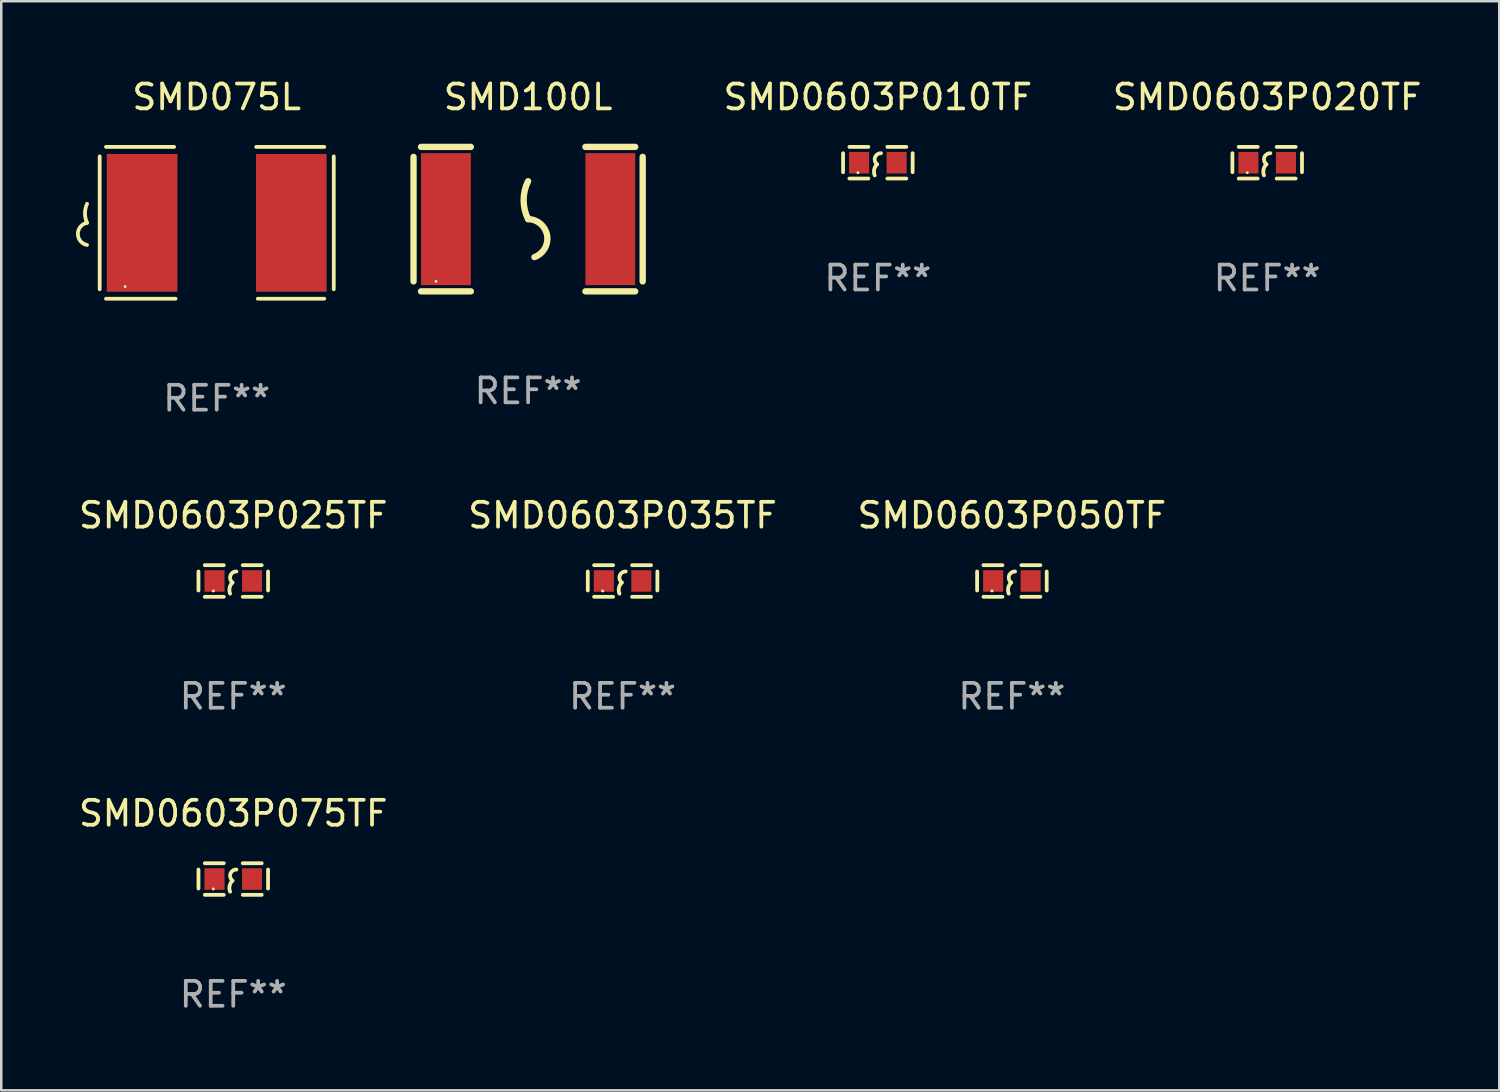
<source format=kicad_pcb>
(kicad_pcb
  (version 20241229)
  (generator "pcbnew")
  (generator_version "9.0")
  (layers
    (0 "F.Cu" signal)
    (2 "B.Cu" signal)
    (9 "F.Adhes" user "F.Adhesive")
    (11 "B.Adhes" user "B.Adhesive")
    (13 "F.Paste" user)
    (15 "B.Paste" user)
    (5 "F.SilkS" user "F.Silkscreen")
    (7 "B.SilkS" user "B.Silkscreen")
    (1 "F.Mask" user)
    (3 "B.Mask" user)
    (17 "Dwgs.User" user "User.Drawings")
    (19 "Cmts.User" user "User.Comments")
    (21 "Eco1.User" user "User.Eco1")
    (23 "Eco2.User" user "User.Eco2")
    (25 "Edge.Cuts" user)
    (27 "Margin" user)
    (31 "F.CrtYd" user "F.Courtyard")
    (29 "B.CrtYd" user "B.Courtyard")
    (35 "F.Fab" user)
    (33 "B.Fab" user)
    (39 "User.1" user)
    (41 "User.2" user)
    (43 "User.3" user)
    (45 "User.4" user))
  (footprint "SMD0603P020TF"
    (layer "F.Cu")
    (at 47.826 3.483)
    (property "Reference" "SMD0603P020TF" (at 0 -2.635 0) (layer "F.SilkS") (effects (font (size 1 1) (thickness 0.15))))
    (attr through_hole)
    (fp_line (start -1.397 -0.381) (end -1.397 0.381) (stroke (width 0.152) (type solid)) (layer "F.SilkS"))
    (fp_line (start -0.381 -0.635) (end -1.143 -0.635) (stroke (width 0.152) (type solid)) (layer "F.SilkS"))
    (fp_line (start -0.381 0.635) (end -1.143 0.635) (stroke (width 0.152) (type solid)) (layer "F.SilkS"))
    (fp_line (start 0.381 -0.635) (end 1.143 -0.635) (stroke (width 0.152) (type solid)) (layer "F.SilkS"))
    (fp_line (start 0.381 0.635) (end 1.143 0.635) (stroke (width 0.152) (type solid)) (layer "F.SilkS"))
    (fp_line (start 1.397 -0.381) (end 1.397 0.381) (stroke (width 0.152) (type solid)) (layer "F.SilkS"))
    (fp_arc (start -0.127 0.508001) (mid -0.146523 0.271131) (end -0.030861 0.0635) (stroke (width 0.151994) (type solid)) (layer "F.SilkS"))
    (fp_arc (start -0.03175 0.0635) (mid -0.113571 -0.216321) (end 0.127001 -0.381002) (stroke (width 0.151994) (type solid)) (layer "F.SilkS"))
    (fp_circle (center -0.8 0.4) (end -0.77 0.4) (stroke (width 0.06) (type solid)) (fill no) (layer "F.SilkS"))
    (fp_text user "REF**" (at 0 4.635 0) (layer "F.Fab") (effects (font (size 1 1) (thickness 0.15))))
    (pad "1" smd rect (at -0.753 0) (size 0.806 0.864) (layers "F.Cu" "F.Mask" "F.Paste"))
    (pad "2" smd rect (at 0.753 0) (size 0.806 0.864) (layers "F.Cu" "F.Mask" "F.Paste")))
  (footprint "SMD0603P050TF"
    (layer "F.Cu")
    (at 37.577 20.276)
    (property "Reference" "SMD0603P050TF" (at 0 -2.635 0) (layer "F.SilkS") (effects (font (size 1 1) (thickness 0.15))))
    (attr through_hole)
    (fp_line (start -1.397 -0.381) (end -1.397 0.381) (stroke (width 0.152) (type solid)) (layer "F.SilkS"))
    (fp_line (start -0.381 -0.635) (end -1.143 -0.635) (stroke (width 0.152) (type solid)) (layer "F.SilkS"))
    (fp_line (start -0.381 0.635) (end -1.143 0.635) (stroke (width 0.152) (type solid)) (layer "F.SilkS"))
    (fp_line (start 0.381 -0.635) (end 1.143 -0.635) (stroke (width 0.152) (type solid)) (layer "F.SilkS"))
    (fp_line (start 0.381 0.635) (end 1.143 0.635) (stroke (width 0.152) (type solid)) (layer "F.SilkS"))
    (fp_line (start 1.397 -0.381) (end 1.397 0.381) (stroke (width 0.152) (type solid)) (layer "F.SilkS"))
    (fp_arc (start -0.127 0.508001) (mid -0.146523 0.271131) (end -0.030861 0.0635) (stroke (width 0.151994) (type solid)) (layer "F.SilkS"))
    (fp_arc (start -0.03175 0.0635) (mid -0.113571 -0.216321) (end 0.127001 -0.381002) (stroke (width 0.151994) (type solid)) (layer "F.SilkS"))
    (fp_circle (center -0.8 0.4) (end -0.77 0.4) (stroke (width 0.06) (type solid)) (fill no) (layer "F.SilkS"))
    (fp_text user "REF**" (at 0 4.635 0) (layer "F.Fab") (effects (font (size 1 1) (thickness 0.15))))
    (pad "1" smd rect (at -0.753 0) (size 0.806 0.864) (layers "F.Cu" "F.Mask" "F.Paste"))
    (pad "2" smd rect (at 0.753 0) (size 0.806 0.864) (layers "F.Cu" "F.Mask" "F.Paste")))
  (footprint "SMD0603P075TF"
    (layer "F.Cu")
    (at 6.315 32.242)
    (property "Reference" "SMD0603P075TF" (at 0 -2.635 0) (layer "F.SilkS") (effects (font (size 1 1) (thickness 0.15))))
    (attr through_hole)
    (fp_line (start -1.397 -0.381) (end -1.397 0.381) (stroke (width 0.152) (type solid)) (layer "F.SilkS"))
    (fp_line (start -0.381 -0.635) (end -1.143 -0.635) (stroke (width 0.152) (type solid)) (layer "F.SilkS"))
    (fp_line (start -0.381 0.635) (end -1.143 0.635) (stroke (width 0.152) (type solid)) (layer "F.SilkS"))
    (fp_line (start 0.381 -0.635) (end 1.143 -0.635) (stroke (width 0.152) (type solid)) (layer "F.SilkS"))
    (fp_line (start 0.381 0.635) (end 1.143 0.635) (stroke (width 0.152) (type solid)) (layer "F.SilkS"))
    (fp_line (start 1.397 -0.381) (end 1.397 0.381) (stroke (width 0.152) (type solid)) (layer "F.SilkS"))
    (fp_arc (start -0.127 0.508001) (mid -0.146523 0.271131) (end -0.030861 0.0635) (stroke (width 0.151994) (type solid)) (layer "F.SilkS"))
    (fp_arc (start -0.03175 0.0635) (mid -0.113571 -0.216321) (end 0.127001 -0.381002) (stroke (width 0.151994) (type solid)) (layer "F.SilkS"))
    (fp_circle (center -0.8 0.4) (end -0.77 0.4) (stroke (width 0.06) (type solid)) (fill no) (layer "F.SilkS"))
    (fp_text user "REF**" (at 0 4.635 0) (layer "F.Fab") (effects (font (size 1 1) (thickness 0.15))))
    (pad "1" smd rect (at -0.753 0) (size 0.806 0.864) (layers "F.Cu" "F.Mask" "F.Paste"))
    (pad "2" smd rect (at 0.753 0) (size 0.806 0.864) (layers "F.Cu" "F.Mask" "F.Paste")))
  (footprint "SMD0603P025TF"
    (layer "F.Cu")
    (at 6.315 20.276)
    (property "Reference" "SMD0603P025TF" (at 0 -2.635 0) (layer "F.SilkS") (effects (font (size 1 1) (thickness 0.15))))
    (attr through_hole)
    (fp_line (start -1.397 -0.381) (end -1.397 0.381) (stroke (width 0.152) (type solid)) (layer "F.SilkS"))
    (fp_line (start -0.381 -0.635) (end -1.143 -0.635) (stroke (width 0.152) (type solid)) (layer "F.SilkS"))
    (fp_line (start -0.381 0.635) (end -1.143 0.635) (stroke (width 0.152) (type solid)) (layer "F.SilkS"))
    (fp_line (start 0.381 -0.635) (end 1.143 -0.635) (stroke (width 0.152) (type solid)) (layer "F.SilkS"))
    (fp_line (start 0.381 0.635) (end 1.143 0.635) (stroke (width 0.152) (type solid)) (layer "F.SilkS"))
    (fp_line (start 1.397 -0.381) (end 1.397 0.381) (stroke (width 0.152) (type solid)) (layer "F.SilkS"))
    (fp_arc (start -0.127 0.508001) (mid -0.146523 0.271131) (end -0.030861 0.0635) (stroke (width 0.151994) (type solid)) (layer "F.SilkS"))
    (fp_arc (start -0.03175 0.0635) (mid -0.113571 -0.216321) (end 0.127001 -0.381002) (stroke (width 0.151994) (type solid)) (layer "F.SilkS"))
    (fp_circle (center -0.8 0.4) (end -0.77 0.4) (stroke (width 0.06) (type solid)) (fill no) (layer "F.SilkS"))
    (fp_text user "REF**" (at 0 4.635 0) (layer "F.Fab") (effects (font (size 1 1) (thickness 0.15))))
    (pad "1" smd rect (at -0.753 0) (size 0.806 0.864) (layers "F.Cu" "F.Mask" "F.Paste"))
    (pad "2" smd rect (at 0.753 0) (size 0.806 0.864) (layers "F.Cu" "F.Mask" "F.Paste")))
  (footprint "SMD075L"
    (layer "F.Cu")
    (at 5.651 5.896)
    (property "Reference" "SMD075L" (at 0 -5.048 0) (layer "F.SilkS") (effects (font (size 1 1) (thickness 0.15))))
    (attr through_hole)
    (fp_line (start -4.699 -2.667) (end -4.699 2.667) (stroke (width 0.152) (type solid)) (layer "F.SilkS"))
    (fp_line (start -4.445 -3.048) (end -1.712 -3.048) (stroke (width 0.152) (type solid)) (layer "F.SilkS"))
    (fp_line (start -1.651 3.048) (end -4.445 3.048) (stroke (width 0.152) (type solid)) (layer "F.SilkS"))
    (fp_line (start 1.651 3.048) (end 4.318 3.048) (stroke (width 0.152) (type solid)) (layer "F.SilkS"))
    (fp_line (start 4.318 -3.048) (end 1.585 -3.048) (stroke (width 0.152) (type solid)) (layer "F.SilkS"))
    (fp_line (start 4.699 -2.667) (end 4.699 2.667) (stroke (width 0.152) (type solid)) (layer "F.SilkS"))
    (fp_arc (start -5.20701 0) (mid -5.288646 -0.381001) (end -5.20701 -0.762002) (stroke (width 0.151994) (type solid)) (layer "F.SilkS"))
    (fp_arc (start -5.20701 0.889002) (mid -5.574698 0.444501) (end -5.20701 0) (stroke (width 0.151994) (type solid)) (layer "F.SilkS"))
    (fp_circle (center -3.677 2.56) (end -3.647 2.56) (stroke (width 0.06) (type solid)) (fill no) (layer "F.SilkS"))
    (fp_text user "REF**" (at 0 7.048 0) (layer "F.Fab") (effects (font (size 1 1) (thickness 0.15))))
    (pad "1" smd rect (at -2.995 0) (size 2.835 5.53) (layers "F.Cu" "F.Mask" "F.Paste"))
    (pad "2" smd rect (at 2.995 0) (size 2.835 5.53) (layers "F.Cu" "F.Mask" "F.Paste")))
  (footprint "SMD0603P010TF"
    (layer "F.Cu")
    (at 32.195 3.483)
    (property "Reference" "SMD0603P010TF" (at 0 -2.635 0) (layer "F.SilkS") (effects (font (size 1 1) (thickness 0.15))))
    (attr through_hole)
    (fp_line (start -1.397 -0.381) (end -1.397 0.381) (stroke (width 0.152) (type solid)) (layer "F.SilkS"))
    (fp_line (start -0.381 -0.635) (end -1.143 -0.635) (stroke (width 0.152) (type solid)) (layer "F.SilkS"))
    (fp_line (start -0.381 0.635) (end -1.143 0.635) (stroke (width 0.152) (type solid)) (layer "F.SilkS"))
    (fp_line (start 0.381 -0.635) (end 1.143 -0.635) (stroke (width 0.152) (type solid)) (layer "F.SilkS"))
    (fp_line (start 0.381 0.635) (end 1.143 0.635) (stroke (width 0.152) (type solid)) (layer "F.SilkS"))
    (fp_line (start 1.397 -0.381) (end 1.397 0.381) (stroke (width 0.152) (type solid)) (layer "F.SilkS"))
    (fp_arc (start -0.127 0.508001) (mid -0.146523 0.271131) (end -0.030861 0.0635) (stroke (width 0.151994) (type solid)) (layer "F.SilkS"))
    (fp_arc (start -0.03175 0.0635) (mid -0.113571 -0.216321) (end 0.127001 -0.381002) (stroke (width 0.151994) (type solid)) (layer "F.SilkS"))
    (fp_circle (center -0.8 0.4) (end -0.77 0.4) (stroke (width 0.06) (type solid)) (fill no) (layer "F.SilkS"))
    (fp_text user "REF**" (at 0 4.635 0) (layer "F.Fab") (effects (font (size 1 1) (thickness 0.15))))
    (pad "1" smd rect (at -0.753 0) (size 0.806 0.864) (layers "F.Cu" "F.Mask" "F.Paste"))
    (pad "2" smd rect (at 0.753 0) (size 0.806 0.864) (layers "F.Cu" "F.Mask" "F.Paste")))
  (footprint "SMD0603P035TF"
    (layer "F.Cu")
    (at 21.946 20.276)
    (property "Reference" "SMD0603P035TF" (at 0 -2.635 0) (layer "F.SilkS") (effects (font (size 1 1) (thickness 0.15))))
    (attr through_hole)
    (fp_line (start -1.397 -0.381) (end -1.397 0.381) (stroke (width 0.152) (type solid)) (layer "F.SilkS"))
    (fp_line (start -0.381 -0.635) (end -1.143 -0.635) (stroke (width 0.152) (type solid)) (layer "F.SilkS"))
    (fp_line (start -0.381 0.635) (end -1.143 0.635) (stroke (width 0.152) (type solid)) (layer "F.SilkS"))
    (fp_line (start 0.381 -0.635) (end 1.143 -0.635) (stroke (width 0.152) (type solid)) (layer "F.SilkS"))
    (fp_line (start 0.381 0.635) (end 1.143 0.635) (stroke (width 0.152) (type solid)) (layer "F.SilkS"))
    (fp_line (start 1.397 -0.381) (end 1.397 0.381) (stroke (width 0.152) (type solid)) (layer "F.SilkS"))
    (fp_arc (start -0.127 0.508001) (mid -0.146523 0.271131) (end -0.030861 0.0635) (stroke (width 0.151994) (type solid)) (layer "F.SilkS"))
    (fp_arc (start -0.03175 0.0635) (mid -0.113571 -0.216321) (end 0.127001 -0.381002) (stroke (width 0.151994) (type solid)) (layer "F.SilkS"))
    (fp_circle (center -0.8 0.4) (end -0.77 0.4) (stroke (width 0.06) (type solid)) (fill no) (layer "F.SilkS"))
    (fp_text user "REF**" (at 0 4.635 0) (layer "F.Fab") (effects (font (size 1 1) (thickness 0.15))))
    (pad "1" smd rect (at -0.753 0) (size 0.806 0.864) (layers "F.Cu" "F.Mask" "F.Paste"))
    (pad "2" smd rect (at 0.753 0) (size 0.806 0.864) (layers "F.Cu" "F.Mask" "F.Paste")))
  (footprint "SMD100L"
    (layer "F.Cu")
    (at 18.153 5.748)
    (property "Reference" "SMD100L" (at 0 -4.9 0) (layer "F.SilkS") (effects (font (size 1 1) (thickness 0.15))))
    (attr through_hole)
    (fp_line (start -4.6 -2.5) (end -4.6 2.5) (stroke (width 0.254) (type solid)) (layer "F.SilkS"))
    (fp_line (start -4.3 -2.9) (end -2.3 -2.9) (stroke (width 0.254) (type solid)) (layer "F.SilkS"))
    (fp_line (start -4.3 2.9) (end -2.3 2.9) (stroke (width 0.254) (type solid)) (layer "F.SilkS"))
    (fp_line (start 2.3 -2.9) (end 4.3 -2.9) (stroke (width 0.254) (type solid)) (layer "F.SilkS"))
    (fp_line (start 2.3 2.9) (end 4.3 2.9) (stroke (width 0.254) (type solid)) (layer "F.SilkS"))
    (fp_line (start 4.6 -2.5) (end 4.6 2.5) (stroke (width 0.254) (type solid)) (layer "F.SilkS"))
    (fp_arc (start 0 0) (mid -0.179884 -0.762002) (end 0 -1.524003) (stroke (width 0.254001) (type solid)) (layer "F.SilkS"))
    (fp_arc (start 0 0) (mid 0.763086 0.655987) (end 0.254001 1.524003) (stroke (width 0.254001) (type solid)) (layer "F.SilkS"))
    (fp_circle (center -3.7 2.5) (end -3.67 2.5) (stroke (width 0.06) (type solid)) (fill no) (layer "F.SilkS"))
    (fp_text user "REF**" (at 0 6.9 0) (layer "F.Fab") (effects (font (size 1 1) (thickness 0.15))))
    (pad "1" smd rect (at -3.3 0) (size 2 5.3) (layers "F.Cu" "F.Mask" "F.Paste"))
    (pad "2" smd rect (at 3.3 0) (size 2 5.3) (layers "F.Cu" "F.Mask" "F.Paste")))
  (gr_rect
    (start -3 -3)
    (end 57.142 40.726)
    (stroke (width 0.1) (type default))
    (fill no)
    (layer "Edge.Cuts")))
</source>
